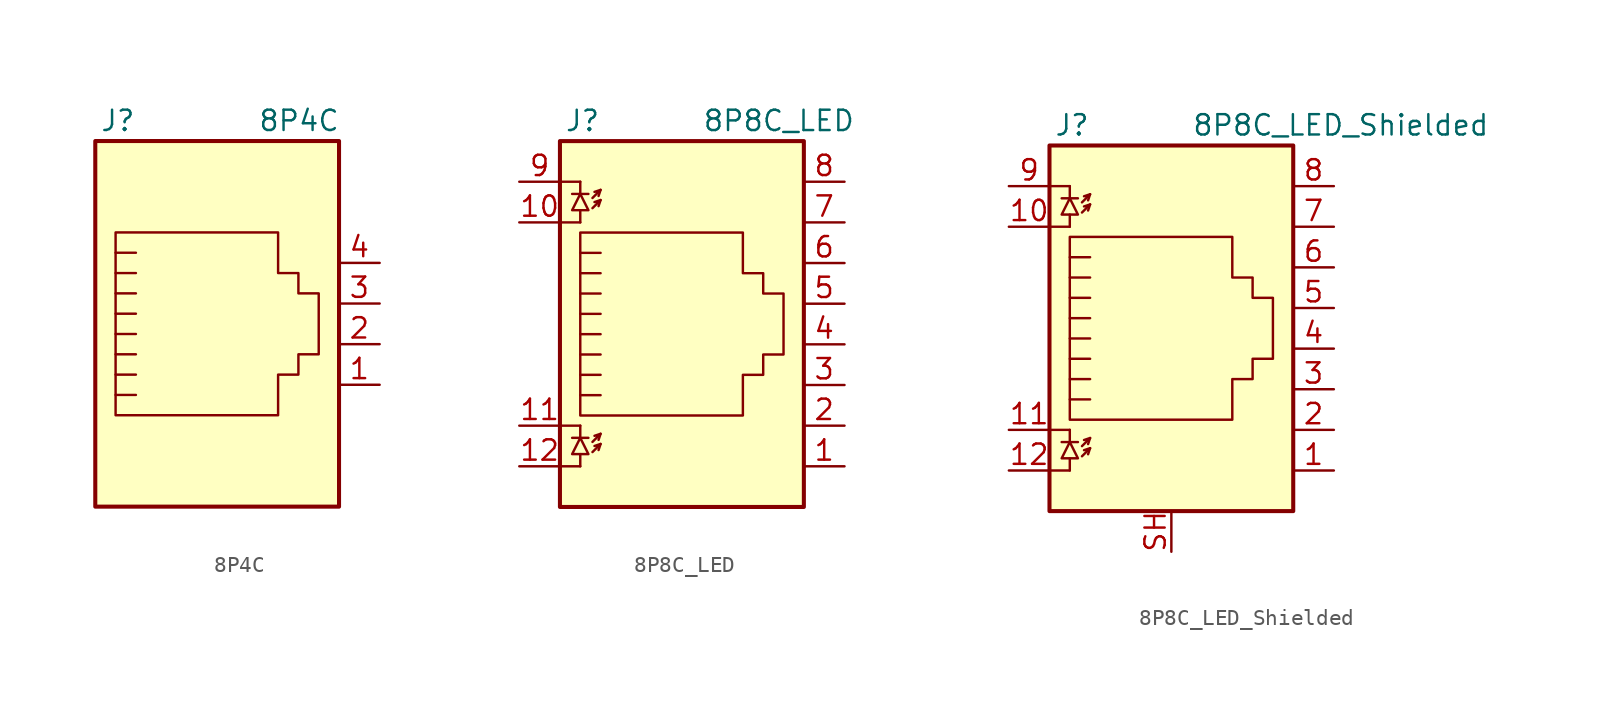
<source format=kicad_sym>
(kicad_symbol_lib
  (version 20211014)
  (generator kicad_symbol_editor)
  (symbol "8P4C"
    (pin_names
      (offset 1.016))
    (property "Reference" "J"
      (at -5.08 13.97 0)
      (effects (font (size 1.27 1.27)) (justify right)))
    (property "Value" "8P4C"
      (at 2.54 13.97 0)
      (effects (font (size 1.27 1.27)) (justify left)))
    (symbol "8P4C_0_1"
      (polyline (pts (xy -5.08 4.445) (xy -6.35 4.445)) (stroke (width 0) (type default) (color 0 0 0 0)) (fill (type none)))
      (polyline (pts (xy -5.08 5.715) (xy -6.35 5.715)) (stroke (width 0) (type default) (color 0 0 0 0)) (fill (type none)))
      (polyline (pts (xy -6.35 -3.175) (xy -5.08 -3.175) (xy -5.08 -3.175)) (stroke (width 0) (type default) (color 0 0 0 0)) (fill (type none)))
      (polyline (pts (xy -6.35 -1.905) (xy -5.08 -1.905) (xy -5.08 -1.905)) (stroke (width 0) (type default) (color 0 0 0 0)) (fill (type none)))
      (polyline (pts (xy -6.35 -0.635) (xy -5.08 -0.635) (xy -5.08 -0.635)) (stroke (width 0) (type default) (color 0 0 0 0)) (fill (type none)))
      (polyline (pts (xy -6.35 0.635) (xy -5.08 0.635) (xy -5.08 0.635)) (stroke (width 0) (type default) (color 0 0 0 0)) (fill (type none)))
      (polyline (pts (xy -6.35 1.905) (xy -5.08 1.905) (xy -5.08 1.905)) (stroke (width 0) (type default) (color 0 0 0 0)) (fill (type none)))
      (polyline (pts (xy -5.08 3.175) (xy -6.35 3.175) (xy -6.35 3.175)) (stroke (width 0) (type default) (color 0 0 0 0)) (fill (type none)))
      (polyline (pts (xy -6.35 -4.445) (xy -6.35 6.985) (xy 3.81 6.985) (xy 3.81 4.445) (xy 5.08 4.445) (xy 5.08 3.175) (xy 6.35 3.175) (xy 6.35 -0.635) (xy 5.08 -0.635) (xy 5.08 -1.905) (xy 3.81 -1.905) (xy 3.81 -4.445) (xy -6.35 -4.445) (xy -6.35 -4.445)) (stroke (width 0) (type default) (color 0 0 0 0)) (fill (type none)))
      (rectangle (start 7.62 12.7) (end -7.62 -10.16) (stroke (width 0.254) (type default) (color 0 0 0 0)) (fill (type background))))
    (symbol "8P4C_1_1"
      (pin passive line (at 10.16 -2.54 180) (length 2.54) (name "~" (effects (font (size 1.27 1.27)))) (number "1" (effects (font (size 1.27 1.27)))))
      (pin passive line (at 10.16 0 180) (length 2.54) (name "~" (effects (font (size 1.27 1.27)))) (number "2" (effects (font (size 1.27 1.27)))))
      (pin passive line (at 10.16 2.54 180) (length 2.54) (name "~" (effects (font (size 1.27 1.27)))) (number "3" (effects (font (size 1.27 1.27)))))
      (pin passive line (at 10.16 5.08 180) (length 2.54) (name "~" (effects (font (size 1.27 1.27)))) (number "4" (effects (font (size 1.27 1.27)))))))
  (symbol "8P8C_LED"
    (pin_names
      (offset 1.016))
    (property "Reference" "J"
      (at -5.08 13.97 0)
      (effects (font (size 1.27 1.27)) (justify right)))
    (property "Value" "8P8C_LED"
      (at 1.27 13.97 0)
      (effects (font (size 1.27 1.27)) (justify left)))
    (symbol "8P8C_LED_0_1"
      (polyline (pts (xy -7.62 -7.62) (xy -6.35 -7.62)) (stroke (width 0) (type default) (color 0 0 0 0)) (fill (type none)))
      (polyline (pts (xy -7.62 -5.08) (xy -6.35 -5.08)) (stroke (width 0) (type default) (color 0 0 0 0)) (fill (type none)))
      (polyline (pts (xy -7.62 7.62) (xy -6.35 7.62)) (stroke (width 0) (type default) (color 0 0 0 0)) (fill (type none)))
      (polyline (pts (xy -7.62 10.16) (xy -6.35 10.16)) (stroke (width 0) (type default) (color 0 0 0 0)) (fill (type none)))
      (polyline (pts (xy -6.858 -5.842) (xy -5.842 -5.842)) (stroke (width 0) (type default) (color 0 0 0 0)) (fill (type none)))
      (polyline (pts (xy -6.858 9.398) (xy -5.842 9.398)) (stroke (width 0) (type default) (color 0 0 0 0)) (fill (type none)))
      (polyline (pts (xy -6.35 -7.62) (xy -6.35 -6.858)) (stroke (width 0) (type default) (color 0 0 0 0)) (fill (type none)))
      (polyline (pts (xy -6.35 -5.08) (xy -6.35 -5.842)) (stroke (width 0) (type default) (color 0 0 0 0)) (fill (type none)))
      (polyline (pts (xy -6.35 7.62) (xy -6.35 8.382)) (stroke (width 0) (type default) (color 0 0 0 0)) (fill (type none)))
      (polyline (pts (xy -6.35 10.16) (xy -6.35 9.398)) (stroke (width 0) (type default) (color 0 0 0 0)) (fill (type none)))
      (polyline (pts (xy -5.08 -6.223) (xy -5.207 -6.604)) (stroke (width 0) (type default) (color 0 0 0 0)) (fill (type none)))
      (polyline (pts (xy -5.08 -5.588) (xy -5.207 -5.969)) (stroke (width 0) (type default) (color 0 0 0 0)) (fill (type none)))
      (polyline (pts (xy -5.08 4.445) (xy -6.35 4.445)) (stroke (width 0) (type default) (color 0 0 0 0)) (fill (type none)))
      (polyline (pts (xy -5.08 5.715) (xy -6.35 5.715)) (stroke (width 0) (type default) (color 0 0 0 0)) (fill (type none)))
      (polyline (pts (xy -5.08 9.017) (xy -5.207 8.636)) (stroke (width 0) (type default) (color 0 0 0 0)) (fill (type none)))
      (polyline (pts (xy -5.08 9.652) (xy -5.207 9.271)) (stroke (width 0) (type default) (color 0 0 0 0)) (fill (type none)))
      (polyline (pts (xy -6.35 -3.175) (xy -5.08 -3.175) (xy -5.08 -3.175)) (stroke (width 0) (type default) (color 0 0 0 0)) (fill (type none)))
      (polyline (pts (xy -6.35 -1.905) (xy -5.08 -1.905) (xy -5.08 -1.905)) (stroke (width 0) (type default) (color 0 0 0 0)) (fill (type none)))
      (polyline (pts (xy -6.35 -0.635) (xy -5.08 -0.635) (xy -5.08 -0.635)) (stroke (width 0) (type default) (color 0 0 0 0)) (fill (type none)))
      (polyline (pts (xy -6.35 0.635) (xy -5.08 0.635) (xy -5.08 0.635)) (stroke (width 0) (type default) (color 0 0 0 0)) (fill (type none)))
      (polyline (pts (xy -6.35 1.905) (xy -5.08 1.905) (xy -5.08 1.905)) (stroke (width 0) (type default) (color 0 0 0 0)) (fill (type none)))
      (polyline (pts (xy -5.588 -6.731) (xy -5.08 -6.223) (xy -5.461 -6.35)) (stroke (width 0) (type default) (color 0 0 0 0)) (fill (type none)))
      (polyline (pts (xy -5.588 -6.096) (xy -5.08 -5.588) (xy -5.461 -5.715)) (stroke (width 0) (type default) (color 0 0 0 0)) (fill (type none)))
      (polyline (pts (xy -5.588 8.509) (xy -5.08 9.017) (xy -5.461 8.89)) (stroke (width 0) (type default) (color 0 0 0 0)) (fill (type none)))
      (polyline (pts (xy -5.588 9.144) (xy -5.08 9.652) (xy -5.461 9.525)) (stroke (width 0) (type default) (color 0 0 0 0)) (fill (type none)))
      (polyline (pts (xy -5.08 3.175) (xy -6.35 3.175) (xy -6.35 3.175)) (stroke (width 0) (type default) (color 0 0 0 0)) (fill (type none)))
      (polyline (pts (xy -6.35 -5.842) (xy -6.858 -6.858) (xy -5.842 -6.858) (xy -6.35 -5.842)) (stroke (width 0) (type default) (color 0 0 0 0)) (fill (type none)))
      (polyline (pts (xy -6.35 9.398) (xy -6.858 8.382) (xy -5.842 8.382) (xy -6.35 9.398)) (stroke (width 0) (type default) (color 0 0 0 0)) (fill (type none)))
      (polyline (pts (xy -6.35 -4.445) (xy -6.35 6.985) (xy 3.81 6.985) (xy 3.81 4.445) (xy 5.08 4.445) (xy 5.08 3.175) (xy 6.35 3.175) (xy 6.35 -0.635) (xy 5.08 -0.635) (xy 5.08 -1.905) (xy 3.81 -1.905) (xy 3.81 -4.445) (xy -6.35 -4.445) (xy -6.35 -4.445)) (stroke (width 0) (type default) (color 0 0 0 0)) (fill (type none)))
      (rectangle (start 7.62 12.7) (end -7.62 -10.16) (stroke (width 0.254) (type default) (color 0 0 0 0)) (fill (type background))))
    (symbol "8P8C_LED_1_1"
      (pin passive line (at 10.16 -7.62 180) (length 2.54) (name "~" (effects (font (size 1.27 1.27)))) (number "1" (effects (font (size 1.27 1.27)))))
      (pin passive line (at -10.16 7.62 0) (length 2.54) (name "~" (effects (font (size 1.27 1.27)))) (number "10" (effects (font (size 1.27 1.27)))))
      (pin passive line (at -10.16 -5.08 0) (length 2.54) (name "~" (effects (font (size 1.27 1.27)))) (number "11" (effects (font (size 1.27 1.27)))))
      (pin passive line (at -10.16 -7.62 0) (length 2.54) (name "~" (effects (font (size 1.27 1.27)))) (number "12" (effects (font (size 1.27 1.27)))))
      (pin passive line (at 10.16 -5.08 180) (length 2.54) (name "~" (effects (font (size 1.27 1.27)))) (number "2" (effects (font (size 1.27 1.27)))))
      (pin passive line (at 10.16 -2.54 180) (length 2.54) (name "~" (effects (font (size 1.27 1.27)))) (number "3" (effects (font (size 1.27 1.27)))))
      (pin passive line (at 10.16 0 180) (length 2.54) (name "~" (effects (font (size 1.27 1.27)))) (number "4" (effects (font (size 1.27 1.27)))))
      (pin passive line (at 10.16 2.54 180) (length 2.54) (name "~" (effects (font (size 1.27 1.27)))) (number "5" (effects (font (size 1.27 1.27)))))
      (pin passive line (at 10.16 5.08 180) (length 2.54) (name "~" (effects (font (size 1.27 1.27)))) (number "6" (effects (font (size 1.27 1.27)))))
      (pin passive line (at 10.16 7.62 180) (length 2.54) (name "~" (effects (font (size 1.27 1.27)))) (number "7" (effects (font (size 1.27 1.27)))))
      (pin passive line (at 10.16 10.16 180) (length 2.54) (name "~" (effects (font (size 1.27 1.27)))) (number "8" (effects (font (size 1.27 1.27)))))
      (pin passive line (at -10.16 10.16 0) (length 2.54) (name "~" (effects (font (size 1.27 1.27)))) (number "9" (effects (font (size 1.27 1.27)))))))
  (symbol "8P8C_LED_Shielded"
    (pin_names
      (offset 1.016))
    (property "Reference" "J"
      (at -5.08 13.97 0)
      (effects (font (size 1.27 1.27)) (justify right)))
    (property "Value" "8P8C_LED_Shielded"
      (at 1.27 13.97 0)
      (effects (font (size 1.27 1.27)) (justify left)))
    (symbol "8P8C_LED_Shielded_0_1"
      (polyline (pts (xy -7.62 -7.62) (xy -6.35 -7.62)) (stroke (width 0) (type default) (color 0 0 0 0)) (fill (type none)))
      (polyline (pts (xy -7.62 -5.08) (xy -6.35 -5.08)) (stroke (width 0) (type default) (color 0 0 0 0)) (fill (type none)))
      (polyline (pts (xy -7.62 7.62) (xy -6.35 7.62)) (stroke (width 0) (type default) (color 0 0 0 0)) (fill (type none)))
      (polyline (pts (xy -7.62 10.16) (xy -6.35 10.16)) (stroke (width 0) (type default) (color 0 0 0 0)) (fill (type none)))
      (polyline (pts (xy -6.858 -5.842) (xy -5.842 -5.842)) (stroke (width 0) (type default) (color 0 0 0 0)) (fill (type none)))
      (polyline (pts (xy -6.858 9.398) (xy -5.842 9.398)) (stroke (width 0) (type default) (color 0 0 0 0)) (fill (type none)))
      (polyline (pts (xy -6.35 -7.62) (xy -6.35 -6.858)) (stroke (width 0) (type default) (color 0 0 0 0)) (fill (type none)))
      (polyline (pts (xy -6.35 -5.08) (xy -6.35 -5.842)) (stroke (width 0) (type default) (color 0 0 0 0)) (fill (type none)))
      (polyline (pts (xy -6.35 7.62) (xy -6.35 8.382)) (stroke (width 0) (type default) (color 0 0 0 0)) (fill (type none)))
      (polyline (pts (xy -6.35 10.16) (xy -6.35 9.398)) (stroke (width 0) (type default) (color 0 0 0 0)) (fill (type none)))
      (polyline (pts (xy -5.08 -6.223) (xy -5.207 -6.604)) (stroke (width 0) (type default) (color 0 0 0 0)) (fill (type none)))
      (polyline (pts (xy -5.08 -5.588) (xy -5.207 -5.969)) (stroke (width 0) (type default) (color 0 0 0 0)) (fill (type none)))
      (polyline (pts (xy -5.08 4.445) (xy -6.35 4.445)) (stroke (width 0) (type default) (color 0 0 0 0)) (fill (type none)))
      (polyline (pts (xy -5.08 5.715) (xy -6.35 5.715)) (stroke (width 0) (type default) (color 0 0 0 0)) (fill (type none)))
      (polyline (pts (xy -5.08 9.017) (xy -5.207 8.636)) (stroke (width 0) (type default) (color 0 0 0 0)) (fill (type none)))
      (polyline (pts (xy -5.08 9.652) (xy -5.207 9.271)) (stroke (width 0) (type default) (color 0 0 0 0)) (fill (type none)))
      (polyline (pts (xy -6.35 -3.175) (xy -5.08 -3.175) (xy -5.08 -3.175)) (stroke (width 0) (type default) (color 0 0 0 0)) (fill (type none)))
      (polyline (pts (xy -6.35 -1.905) (xy -5.08 -1.905) (xy -5.08 -1.905)) (stroke (width 0) (type default) (color 0 0 0 0)) (fill (type none)))
      (polyline (pts (xy -6.35 -0.635) (xy -5.08 -0.635) (xy -5.08 -0.635)) (stroke (width 0) (type default) (color 0 0 0 0)) (fill (type none)))
      (polyline (pts (xy -6.35 0.635) (xy -5.08 0.635) (xy -5.08 0.635)) (stroke (width 0) (type default) (color 0 0 0 0)) (fill (type none)))
      (polyline (pts (xy -6.35 1.905) (xy -5.08 1.905) (xy -5.08 1.905)) (stroke (width 0) (type default) (color 0 0 0 0)) (fill (type none)))
      (polyline (pts (xy -5.588 -6.731) (xy -5.08 -6.223) (xy -5.461 -6.35)) (stroke (width 0) (type default) (color 0 0 0 0)) (fill (type none)))
      (polyline (pts (xy -5.588 -6.096) (xy -5.08 -5.588) (xy -5.461 -5.715)) (stroke (width 0) (type default) (color 0 0 0 0)) (fill (type none)))
      (polyline (pts (xy -5.588 8.509) (xy -5.08 9.017) (xy -5.461 8.89)) (stroke (width 0) (type default) (color 0 0 0 0)) (fill (type none)))
      (polyline (pts (xy -5.588 9.144) (xy -5.08 9.652) (xy -5.461 9.525)) (stroke (width 0) (type default) (color 0 0 0 0)) (fill (type none)))
      (polyline (pts (xy -5.08 3.175) (xy -6.35 3.175) (xy -6.35 3.175)) (stroke (width 0) (type default) (color 0 0 0 0)) (fill (type none)))
      (polyline (pts (xy -6.35 -5.842) (xy -6.858 -6.858) (xy -5.842 -6.858) (xy -6.35 -5.842)) (stroke (width 0) (type default) (color 0 0 0 0)) (fill (type none)))
      (polyline (pts (xy -6.35 9.398) (xy -6.858 8.382) (xy -5.842 8.382) (xy -6.35 9.398)) (stroke (width 0) (type default) (color 0 0 0 0)) (fill (type none)))
      (polyline (pts (xy -6.35 -4.445) (xy -6.35 6.985) (xy 3.81 6.985) (xy 3.81 4.445) (xy 5.08 4.445) (xy 5.08 3.175) (xy 6.35 3.175) (xy 6.35 -0.635) (xy 5.08 -0.635) (xy 5.08 -1.905) (xy 3.81 -1.905) (xy 3.81 -4.445) (xy -6.35 -4.445) (xy -6.35 -4.445)) (stroke (width 0) (type default) (color 0 0 0 0)) (fill (type none)))
      (rectangle (start 7.62 12.7) (end -7.62 -10.16) (stroke (width 0.254) (type default) (color 0 0 0 0)) (fill (type background))))
    (symbol "8P8C_LED_Shielded_1_1"
      (pin passive line (at 10.16 -7.62 180) (length 2.54) (name "~" (effects (font (size 1.27 1.27)))) (number "1" (effects (font (size 1.27 1.27)))))
      (pin passive line (at -10.16 7.62 0) (length 2.54) (name "~" (effects (font (size 1.27 1.27)))) (number "10" (effects (font (size 1.27 1.27)))))
      (pin passive line (at -10.16 -5.08 0) (length 2.54) (name "~" (effects (font (size 1.27 1.27)))) (number "11" (effects (font (size 1.27 1.27)))))
      (pin passive line (at -10.16 -7.62 0) (length 2.54) (name "~" (effects (font (size 1.27 1.27)))) (number "12" (effects (font (size 1.27 1.27)))))
      (pin passive line (at 10.16 -5.08 180) (length 2.54) (name "~" (effects (font (size 1.27 1.27)))) (number "2" (effects (font (size 1.27 1.27)))))
      (pin passive line (at 10.16 -2.54 180) (length 2.54) (name "~" (effects (font (size 1.27 1.27)))) (number "3" (effects (font (size 1.27 1.27)))))
      (pin passive line (at 10.16 0 180) (length 2.54) (name "~" (effects (font (size 1.27 1.27)))) (number "4" (effects (font (size 1.27 1.27)))))
      (pin passive line (at 10.16 2.54 180) (length 2.54) (name "~" (effects (font (size 1.27 1.27)))) (number "5" (effects (font (size 1.27 1.27)))))
      (pin passive line (at 10.16 5.08 180) (length 2.54) (name "~" (effects (font (size 1.27 1.27)))) (number "6" (effects (font (size 1.27 1.27)))))
      (pin passive line (at 10.16 7.62 180) (length 2.54) (name "~" (effects (font (size 1.27 1.27)))) (number "7" (effects (font (size 1.27 1.27)))))
      (pin passive line (at 10.16 10.16 180) (length 2.54) (name "~" (effects (font (size 1.27 1.27)))) (number "8" (effects (font (size 1.27 1.27)))))
      (pin passive line (at -10.16 10.16 0) (length 2.54) (name "~" (effects (font (size 1.27 1.27)))) (number "9" (effects (font (size 1.27 1.27)))))
      (pin passive line (at 0 -12.7 90) (length 2.54) (name "~" (effects (font (size 1.27 1.27)))) (number "SH" (effects (font (size 1.27 1.27))))))))
</source>
